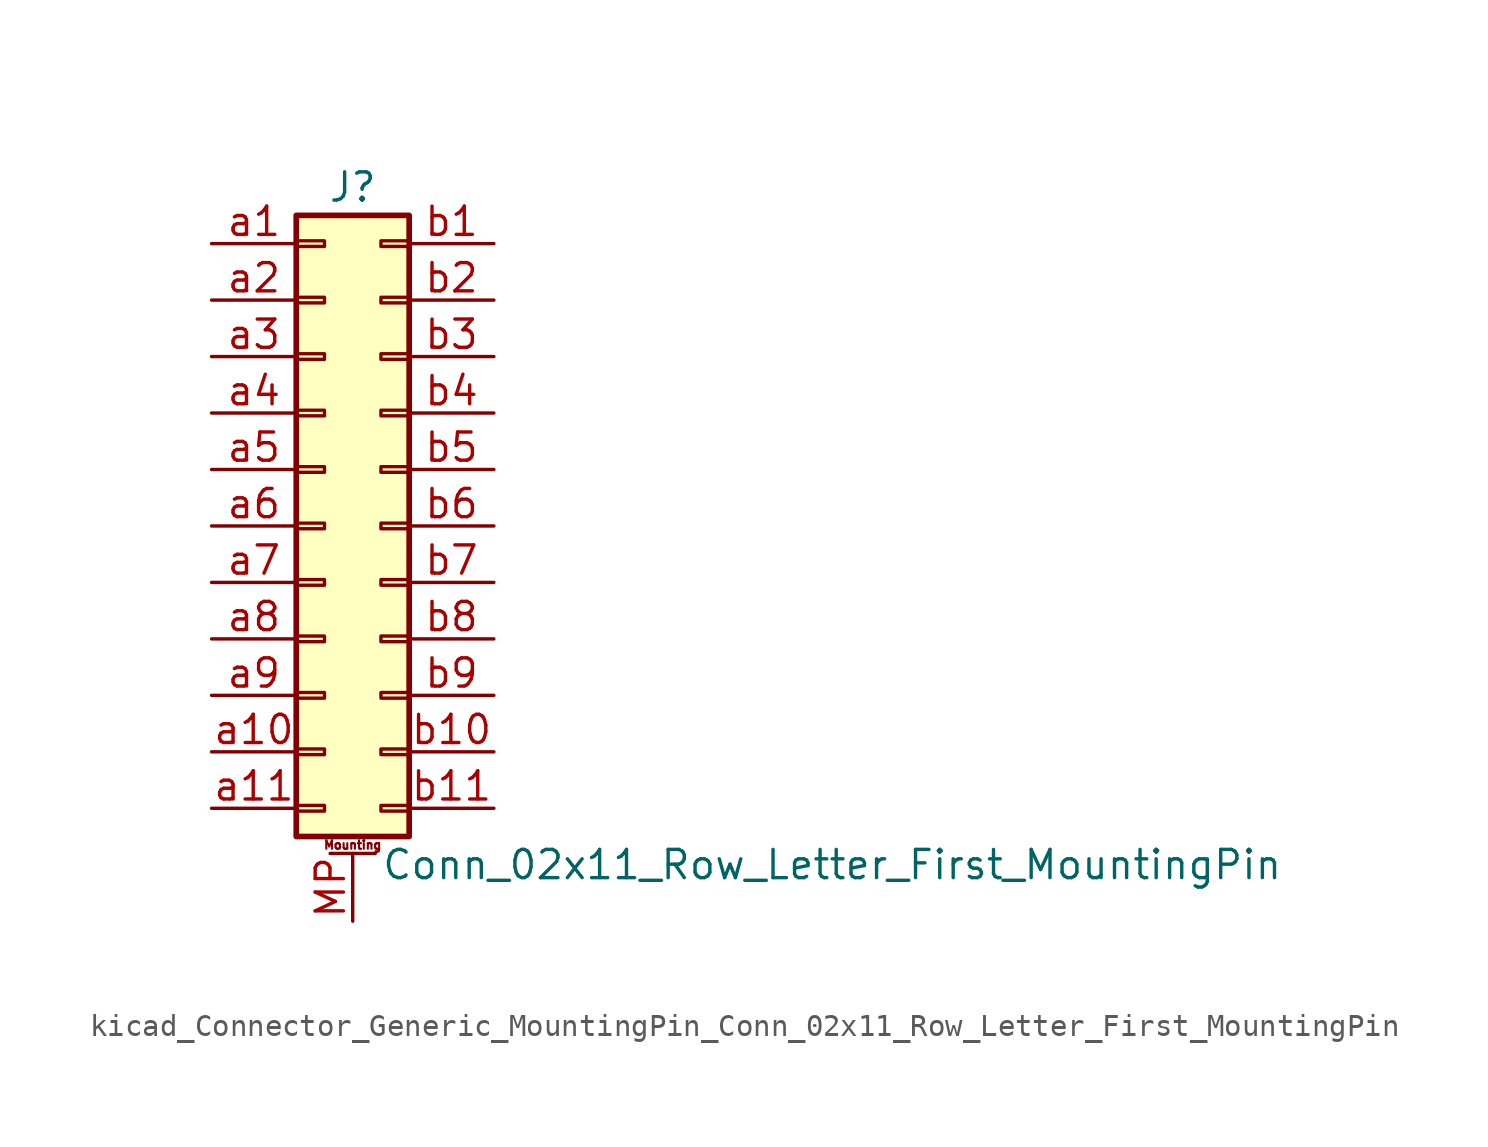
<source format=kicad_sym>
(kicad_symbol_lib
  (version 20220914)
  (generator kicad_symbol_editor)
  (symbol "kicad_Connector_Generic_MountingPin_Conn_02x11_Row_Letter_First_MountingPin"
    (pin_names
      (offset 1.016) hide)
    (property "Reference" "J"
      (at 1.27 15.24 0)
      (effects (font (size 1.27 1.27))))
    (property "Value" "Conn_02x11_Row_Letter_First_MountingPin"
      (at 2.54 -15.24 0)
      (effects (font (size 1.27 1.27)) (justify left)))
    (symbol "kicad_Connector_Generic_MountingPin_Conn_02x11_Row_Letter_First_MountingPin_1_1"
      (rectangle (start -1.27 -12.573) (end 0 -12.827) (stroke (width 0.152) (type default)) (fill (type none)))
      (rectangle (start -1.27 -10.033) (end 0 -10.287) (stroke (width 0.152) (type default)) (fill (type none)))
      (rectangle (start -1.27 -7.493) (end 0 -7.747) (stroke (width 0.152) (type default)) (fill (type none)))
      (rectangle (start -1.27 -4.953) (end 0 -5.207) (stroke (width 0.152) (type default)) (fill (type none)))
      (rectangle (start -1.27 -2.413) (end 0 -2.667) (stroke (width 0.152) (type default)) (fill (type none)))
      (rectangle (start -1.27 0.127) (end 0 -0.127) (stroke (width 0.152) (type default)) (fill (type none)))
      (rectangle (start -1.27 2.667) (end 0 2.413) (stroke (width 0.152) (type default)) (fill (type none)))
      (rectangle (start -1.27 5.207) (end 0 4.953) (stroke (width 0.152) (type default)) (fill (type none)))
      (rectangle (start -1.27 7.747) (end 0 7.493) (stroke (width 0.152) (type default)) (fill (type none)))
      (rectangle (start -1.27 10.287) (end 0 10.033) (stroke (width 0.152) (type default)) (fill (type none)))
      (rectangle (start -1.27 12.827) (end 0 12.573) (stroke (width 0.152) (type default)) (fill (type none)))
      (rectangle (start -1.27 13.97) (end 3.81 -13.97) (stroke (width 0.254) (type default)) (fill (type background)))
      (polyline (pts (xy 0.254 -14.732) (xy 2.286 -14.732)) (stroke (width 0.152) (type default)) (fill (type none)))
      (rectangle (start 3.81 -12.573) (end 2.54 -12.827) (stroke (width 0.152) (type default)) (fill (type none)))
      (rectangle (start 3.81 -10.033) (end 2.54 -10.287) (stroke (width 0.152) (type default)) (fill (type none)))
      (rectangle (start 3.81 -7.493) (end 2.54 -7.747) (stroke (width 0.152) (type default)) (fill (type none)))
      (rectangle (start 3.81 -4.953) (end 2.54 -5.207) (stroke (width 0.152) (type default)) (fill (type none)))
      (rectangle (start 3.81 -2.413) (end 2.54 -2.667) (stroke (width 0.152) (type default)) (fill (type none)))
      (rectangle (start 3.81 0.127) (end 2.54 -0.127) (stroke (width 0.152) (type default)) (fill (type none)))
      (rectangle (start 3.81 2.667) (end 2.54 2.413) (stroke (width 0.152) (type default)) (fill (type none)))
      (rectangle (start 3.81 5.207) (end 2.54 4.953) (stroke (width 0.152) (type default)) (fill (type none)))
      (rectangle (start 3.81 7.747) (end 2.54 7.493) (stroke (width 0.152) (type default)) (fill (type none)))
      (rectangle (start 3.81 10.287) (end 2.54 10.033) (stroke (width 0.152) (type default)) (fill (type none)))
      (rectangle (start 3.81 12.827) (end 2.54 12.573) (stroke (width 0.152) (type default)) (fill (type none)))
      (text "Mounting" (at 1.27 -14.351 0) (effects (font (size 0.381 0.381))))
      (pin passive line (at 1.27 -17.78 90) (length 3.048) (name "MountPin" (effects (font (size 1.27 1.27)))) (number "MP" (effects (font (size 1.27 1.27)))))
      (pin passive line (at -5.08 12.7 0) (length 3.81) (name "Pin_a1" (effects (font (size 1.27 1.27)))) (number "a1" (effects (font (size 1.27 1.27)))))
      (pin passive line (at -5.08 -10.16 0) (length 3.81) (name "Pin_a10" (effects (font (size 1.27 1.27)))) (number "a10" (effects (font (size 1.27 1.27)))))
      (pin passive line (at -5.08 -12.7 0) (length 3.81) (name "Pin_a11" (effects (font (size 1.27 1.27)))) (number "a11" (effects (font (size 1.27 1.27)))))
      (pin passive line (at -5.08 10.16 0) (length 3.81) (name "Pin_a2" (effects (font (size 1.27 1.27)))) (number "a2" (effects (font (size 1.27 1.27)))))
      (pin passive line (at -5.08 7.62 0) (length 3.81) (name "Pin_a3" (effects (font (size 1.27 1.27)))) (number "a3" (effects (font (size 1.27 1.27)))))
      (pin passive line (at -5.08 5.08 0) (length 3.81) (name "Pin_a4" (effects (font (size 1.27 1.27)))) (number "a4" (effects (font (size 1.27 1.27)))))
      (pin passive line (at -5.08 2.54 0) (length 3.81) (name "Pin_a5" (effects (font (size 1.27 1.27)))) (number "a5" (effects (font (size 1.27 1.27)))))
      (pin passive line (at -5.08 0 0) (length 3.81) (name "Pin_a6" (effects (font (size 1.27 1.27)))) (number "a6" (effects (font (size 1.27 1.27)))))
      (pin passive line (at -5.08 -2.54 0) (length 3.81) (name "Pin_a7" (effects (font (size 1.27 1.27)))) (number "a7" (effects (font (size 1.27 1.27)))))
      (pin passive line (at -5.08 -5.08 0) (length 3.81) (name "Pin_a8" (effects (font (size 1.27 1.27)))) (number "a8" (effects (font (size 1.27 1.27)))))
      (pin passive line (at -5.08 -7.62 0) (length 3.81) (name "Pin_a9" (effects (font (size 1.27 1.27)))) (number "a9" (effects (font (size 1.27 1.27)))))
      (pin passive line (at 7.62 12.7 180) (length 3.81) (name "Pin_b1" (effects (font (size 1.27 1.27)))) (number "b1" (effects (font (size 1.27 1.27)))))
      (pin passive line (at 7.62 -10.16 180) (length 3.81) (name "Pin_b10" (effects (font (size 1.27 1.27)))) (number "b10" (effects (font (size 1.27 1.27)))))
      (pin passive line (at 7.62 -12.7 180) (length 3.81) (name "Pin_b11" (effects (font (size 1.27 1.27)))) (number "b11" (effects (font (size 1.27 1.27)))))
      (pin passive line (at 7.62 10.16 180) (length 3.81) (name "Pin_b2" (effects (font (size 1.27 1.27)))) (number "b2" (effects (font (size 1.27 1.27)))))
      (pin passive line (at 7.62 7.62 180) (length 3.81) (name "Pin_b3" (effects (font (size 1.27 1.27)))) (number "b3" (effects (font (size 1.27 1.27)))))
      (pin passive line (at 7.62 5.08 180) (length 3.81) (name "Pin_b4" (effects (font (size 1.27 1.27)))) (number "b4" (effects (font (size 1.27 1.27)))))
      (pin passive line (at 7.62 2.54 180) (length 3.81) (name "Pin_b5" (effects (font (size 1.27 1.27)))) (number "b5" (effects (font (size 1.27 1.27)))))
      (pin passive line (at 7.62 0 180) (length 3.81) (name "Pin_b6" (effects (font (size 1.27 1.27)))) (number "b6" (effects (font (size 1.27 1.27)))))
      (pin passive line (at 7.62 -2.54 180) (length 3.81) (name "Pin_b7" (effects (font (size 1.27 1.27)))) (number "b7" (effects (font (size 1.27 1.27)))))
      (pin passive line (at 7.62 -5.08 180) (length 3.81) (name "Pin_b8" (effects (font (size 1.27 1.27)))) (number "b8" (effects (font (size 1.27 1.27)))))
      (pin passive line (at 7.62 -7.62 180) (length 3.81) (name "Pin_b9" (effects (font (size 1.27 1.27)))) (number "b9" (effects (font (size 1.27 1.27))))))))
</source>
